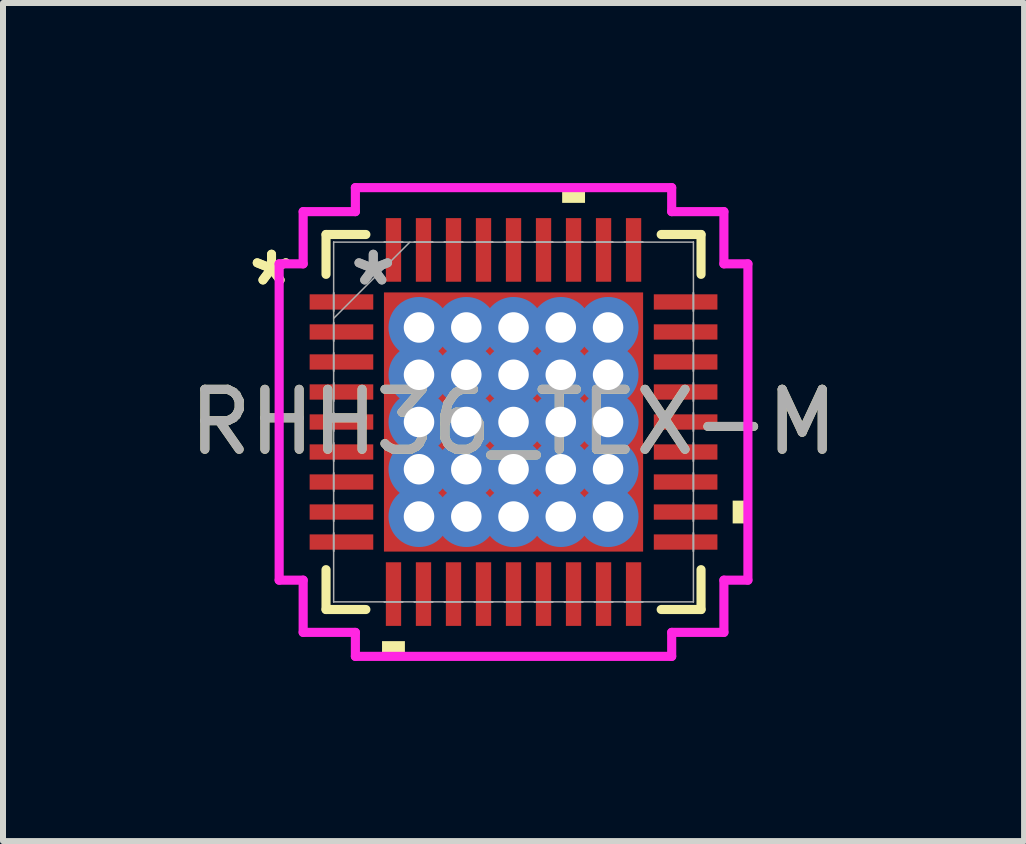
<source format=kicad_pcb>
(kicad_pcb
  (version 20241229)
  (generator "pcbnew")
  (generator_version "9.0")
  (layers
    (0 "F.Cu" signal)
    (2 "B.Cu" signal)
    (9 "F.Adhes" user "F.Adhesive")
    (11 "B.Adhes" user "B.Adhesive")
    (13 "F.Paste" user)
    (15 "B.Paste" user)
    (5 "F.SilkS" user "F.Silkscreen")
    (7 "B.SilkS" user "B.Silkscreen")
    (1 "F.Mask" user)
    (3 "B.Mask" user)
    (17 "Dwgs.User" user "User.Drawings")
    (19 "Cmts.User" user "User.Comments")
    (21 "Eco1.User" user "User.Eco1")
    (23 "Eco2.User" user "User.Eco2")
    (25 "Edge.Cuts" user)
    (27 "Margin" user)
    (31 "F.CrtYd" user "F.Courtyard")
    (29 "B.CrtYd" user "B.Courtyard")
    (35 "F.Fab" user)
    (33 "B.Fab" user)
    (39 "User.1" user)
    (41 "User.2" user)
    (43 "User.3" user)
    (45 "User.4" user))
  (footprint "RHH36_TEX-M"
    (layer "F.Cu")
    (at 5.506 3.981)
    (property "Reference" "RHH36_TEX-M" (at 0 0 0) (unlocked yes) (layer "F.SilkS") (effects (font (size 1 1) (thickness 0.15))))
    (attr smd)
    (fp_poly (pts (xy -2.223 -2.223) (xy -1.775 -2.223) (xy -1.775 2.223) (xy -2.223 2.223)) (stroke (width 0) (type solid)) (fill yes) (layer "F.Mask"))
    (fp_poly (pts (xy -2.223 -2.223) (xy 2.223 -2.223) (xy 2.223 -1.775) (xy -2.223 -1.775)) (stroke (width 0) (type solid)) (fill yes) (layer "F.Mask"))
    (fp_poly (pts (xy -2.223 -1.375) (xy 2.223 -1.375) (xy 2.223 -0.987) (xy -2.223 -0.987)) (stroke (width 0) (type solid)) (fill yes) (layer "F.Mask"))
    (fp_poly (pts (xy -2.223 -0.587) (xy 2.223 -0.587) (xy 2.223 -0.2) (xy -2.223 -0.2)) (stroke (width 0) (type solid)) (fill yes) (layer "F.Mask"))
    (fp_poly (pts (xy -2.223 0.2) (xy 2.223 0.2) (xy 2.223 0.587) (xy -2.223 0.587)) (stroke (width 0) (type solid)) (fill yes) (layer "F.Mask"))
    (fp_poly (pts (xy -2.223 0.987) (xy 2.223 0.987) (xy 2.223 1.375) (xy -2.223 1.375)) (stroke (width 0) (type solid)) (fill yes) (layer "F.Mask"))
    (fp_poly (pts (xy -2.223 1.775) (xy 2.223 1.775) (xy 2.223 2.223) (xy -2.223 2.223)) (stroke (width 0) (type solid)) (fill yes) (layer "F.Mask"))
    (fp_poly (pts (xy -0.987 -2.223) (xy -1.375 -2.223) (xy -1.375 2.223) (xy -0.987 2.223)) (stroke (width 0) (type solid)) (fill yes) (layer "F.Mask"))
    (fp_poly (pts (xy -0.2 -2.223) (xy -0.587 -2.223) (xy -0.587 2.223) (xy -0.2 2.223)) (stroke (width 0) (type solid)) (fill yes) (layer "F.Mask"))
    (fp_poly (pts (xy 0.587 -2.223) (xy 0.2 -2.223) (xy 0.2 2.223) (xy 0.587 2.223)) (stroke (width 0) (type solid)) (fill yes) (layer "F.Mask"))
    (fp_poly (pts (xy 1.375 -2.223) (xy 0.987 -2.223) (xy 0.987 2.223) (xy 1.375 2.223)) (stroke (width 0) (type solid)) (fill yes) (layer "F.Mask"))
    (fp_poly (pts (xy 1.775 -2.223) (xy 2.223 -2.223) (xy 2.223 2.223) (xy 1.775 2.223)) (stroke (width 0) (type solid)) (fill yes) (layer "F.Mask"))
    (fp_line (start -3.124 -3.124) (end -3.124 -2.46) (stroke (width 0.152) (type solid)) (layer "F.SilkS"))
    (fp_line (start -3.124 2.46) (end -3.124 3.124) (stroke (width 0.152) (type solid)) (layer "F.SilkS"))
    (fp_line (start -3.124 3.124) (end -2.46 3.124) (stroke (width 0.152) (type solid)) (layer "F.SilkS"))
    (fp_line (start -2.46 -3.124) (end -3.124 -3.124) (stroke (width 0.152) (type solid)) (layer "F.SilkS"))
    (fp_line (start 2.46 3.124) (end 3.124 3.124) (stroke (width 0.152) (type solid)) (layer "F.SilkS"))
    (fp_line (start 3.124 -3.124) (end 2.46 -3.124) (stroke (width 0.152) (type solid)) (layer "F.SilkS"))
    (fp_line (start 3.124 -2.46) (end 3.124 -3.124) (stroke (width 0.152) (type solid)) (layer "F.SilkS"))
    (fp_line (start 3.124 3.124) (end 3.124 2.46) (stroke (width 0.152) (type solid)) (layer "F.SilkS"))
    (fp_poly (pts (xy -2.191 3.651) (xy -2.191 3.905) (xy -1.81 3.905) (xy -1.81 3.651)) (stroke (width 0) (type solid)) (fill yes) (layer "F.SilkS"))
    (fp_poly (pts (xy 0.81 -3.651) (xy 0.81 -3.905) (xy 1.191 -3.905) (xy 1.191 -3.651)) (stroke (width 0) (type solid)) (fill yes) (layer "F.SilkS"))
    (fp_poly (pts (xy 3.905 1.31) (xy 3.905 1.69) (xy 3.651 1.69) (xy 3.651 1.31)) (stroke (width 0) (type solid)) (fill yes) (layer "F.SilkS"))
    (fp_poly (pts (xy -2.084 -2.084) (xy -2.084 -1.675) (xy -1.816 -1.675) (xy -1.675 -1.816) (xy -1.675 -2.084)) (stroke (width 0) (type solid)) (fill yes) (layer "F.Paste"))
    (fp_poly (pts (xy -2.084 1.675) (xy -2.084 2.084) (xy -1.675 2.084) (xy -1.675 1.816) (xy -1.816 1.675)) (stroke (width 0) (type solid)) (fill yes) (layer "F.Paste"))
    (fp_poly (pts (xy 1.675 -2.084) (xy 1.675 -1.816) (xy 1.816 -1.675) (xy 2.084 -1.675) (xy 2.084 -2.084)) (stroke (width 0) (type solid)) (fill yes) (layer "F.Paste"))
    (fp_poly (pts (xy 1.816 1.675) (xy 1.675 1.816) (xy 1.675 2.084) (xy 2.084 2.084) (xy 2.084 1.675)) (stroke (width 0) (type solid)) (fill yes) (layer "F.Paste"))
    (fp_poly (pts (xy -2.084 -1.475) (xy -2.084 -0.887) (xy -1.816 -0.887) (xy -1.675 -1.029) (xy -1.675 -1.333) (xy -1.816 -1.475)) (stroke (width 0) (type solid)) (fill yes) (layer "F.Paste"))
    (fp_poly (pts (xy -2.084 -0.687) (xy -2.084 -0.1) (xy -1.816 -0.1) (xy -1.675 -0.241) (xy -1.675 -0.546) (xy -1.816 -0.687)) (stroke (width 0) (type solid)) (fill yes) (layer "F.Paste"))
    (fp_poly (pts (xy -2.084 0.1) (xy -2.084 0.687) (xy -1.816 0.687) (xy -1.675 0.546) (xy -1.675 0.241) (xy -1.816 0.1)) (stroke (width 0) (type solid)) (fill yes) (layer "F.Paste"))
    (fp_poly (pts (xy -2.084 0.887) (xy -2.084 1.475) (xy -1.816 1.475) (xy -1.675 1.333) (xy -1.675 1.029) (xy -1.816 0.887)) (stroke (width 0) (type solid)) (fill yes) (layer "F.Paste"))
    (fp_poly (pts (xy -1.475 -2.084) (xy -1.475 -1.816) (xy -1.333 -1.675) (xy -1.029 -1.675) (xy -0.887 -1.816) (xy -0.887 -2.084)) (stroke (width 0) (type solid)) (fill yes) (layer "F.Paste"))
    (fp_poly (pts (xy -1.333 1.675) (xy -1.475 1.816) (xy -1.475 2.084) (xy -0.887 2.084) (xy -0.887 1.816) (xy -1.029 1.675)) (stroke (width 0) (type solid)) (fill yes) (layer "F.Paste"))
    (fp_poly (pts (xy -0.687 -2.084) (xy -0.687 -1.816) (xy -0.546 -1.675) (xy -0.241 -1.675) (xy -0.1 -1.816) (xy -0.1 -2.084)) (stroke (width 0) (type solid)) (fill yes) (layer "F.Paste"))
    (fp_poly (pts (xy -0.546 1.675) (xy -0.687 1.816) (xy -0.687 2.084) (xy -0.1 2.084) (xy -0.1 1.816) (xy -0.241 1.675)) (stroke (width 0) (type solid)) (fill yes) (layer "F.Paste"))
    (fp_poly (pts (xy 0.1 -2.084) (xy 0.1 -1.816) (xy 0.241 -1.675) (xy 0.546 -1.675) (xy 0.687 -1.816) (xy 0.687 -2.084)) (stroke (width 0) (type solid)) (fill yes) (layer "F.Paste"))
    (fp_poly (pts (xy 0.241 1.675) (xy 0.1 1.816) (xy 0.1 2.084) (xy 0.687 2.084) (xy 0.687 1.816) (xy 0.546 1.675)) (stroke (width 0) (type solid)) (fill yes) (layer "F.Paste"))
    (fp_poly (pts (xy 0.887 -2.084) (xy 0.887 -1.816) (xy 1.029 -1.675) (xy 1.333 -1.675) (xy 1.475 -1.816) (xy 1.475 -2.084)) (stroke (width 0) (type solid)) (fill yes) (layer "F.Paste"))
    (fp_poly (pts (xy 1.029 1.675) (xy 0.887 1.816) (xy 0.887 2.084) (xy 1.475 2.084) (xy 1.475 1.816) (xy 1.333 1.675)) (stroke (width 0) (type solid)) (fill yes) (layer "F.Paste"))
    (fp_poly (pts (xy 1.816 -1.475) (xy 1.675 -1.333) (xy 1.675 -1.029) (xy 1.816 -0.887) (xy 2.084 -0.887) (xy 2.084 -1.475)) (stroke (width 0) (type solid)) (fill yes) (layer "F.Paste"))
    (fp_poly (pts (xy 1.816 -0.687) (xy 1.675 -0.546) (xy 1.675 -0.241) (xy 1.816 -0.1) (xy 2.084 -0.1) (xy 2.084 -0.687)) (stroke (width 0) (type solid)) (fill yes) (layer "F.Paste"))
    (fp_poly (pts (xy 1.816 0.1) (xy 1.675 0.241) (xy 1.675 0.546) (xy 1.816 0.687) (xy 2.084 0.687) (xy 2.084 0.1)) (stroke (width 0) (type solid)) (fill yes) (layer "F.Paste"))
    (fp_poly (pts (xy 1.816 0.887) (xy 1.675 1.029) (xy 1.675 1.333) (xy 1.816 1.475) (xy 2.084 1.475) (xy 2.084 0.887)) (stroke (width 0) (type solid)) (fill yes) (layer "F.Paste"))
    (fp_poly (pts (xy -1.333 -1.475) (xy -1.475 -1.333) (xy -1.475 -1.029) (xy -1.333 -0.887) (xy -1.029 -0.887) (xy -0.887 -1.029) (xy -0.887 -1.333) (xy -1.029 -1.475)) (stroke (width 0) (type solid)) (fill yes) (layer "F.Paste"))
    (fp_poly (pts (xy -1.333 -0.687) (xy -1.475 -0.546) (xy -1.475 -0.241) (xy -1.333 -0.1) (xy -1.029 -0.1) (xy -0.887 -0.241) (xy -0.887 -0.546) (xy -1.029 -0.687)) (stroke (width 0) (type solid)) (fill yes) (layer "F.Paste"))
    (fp_poly (pts (xy -1.333 0.1) (xy -1.475 0.241) (xy -1.475 0.546) (xy -1.333 0.687) (xy -1.029 0.687) (xy -0.887 0.546) (xy -0.887 0.241) (xy -1.029 0.1)) (stroke (width 0) (type solid)) (fill yes) (layer "F.Paste"))
    (fp_poly (pts (xy -1.333 0.887) (xy -1.475 1.029) (xy -1.475 1.333) (xy -1.333 1.475) (xy -1.029 1.475) (xy -0.887 1.333) (xy -0.887 1.029) (xy -1.029 0.887)) (stroke (width 0) (type solid)) (fill yes) (layer "F.Paste"))
    (fp_poly (pts (xy -0.546 -1.475) (xy -0.687 -1.333) (xy -0.687 -1.029) (xy -0.546 -0.887) (xy -0.241 -0.887) (xy -0.1 -1.029) (xy -0.1 -1.333) (xy -0.241 -1.475)) (stroke (width 0) (type solid)) (fill yes) (layer "F.Paste"))
    (fp_poly (pts (xy -0.546 -0.687) (xy -0.687 -0.546) (xy -0.687 -0.241) (xy -0.546 -0.1) (xy -0.241 -0.1) (xy -0.1 -0.241) (xy -0.1 -0.546) (xy -0.241 -0.687)) (stroke (width 0) (type solid)) (fill yes) (layer "F.Paste"))
    (fp_poly (pts (xy -0.546 0.1) (xy -0.687 0.241) (xy -0.687 0.546) (xy -0.546 0.687) (xy -0.241 0.687) (xy -0.1 0.546) (xy -0.1 0.241) (xy -0.241 0.1)) (stroke (width 0) (type solid)) (fill yes) (layer "F.Paste"))
    (fp_poly (pts (xy -0.546 0.887) (xy -0.687 1.029) (xy -0.687 1.333) (xy -0.546 1.475) (xy -0.241 1.475) (xy -0.1 1.333) (xy -0.1 1.029) (xy -0.241 0.887)) (stroke (width 0) (type solid)) (fill yes) (layer "F.Paste"))
    (fp_poly (pts (xy 0.241 -1.475) (xy 0.1 -1.333) (xy 0.1 -1.029) (xy 0.241 -0.887) (xy 0.546 -0.887) (xy 0.687 -1.029) (xy 0.687 -1.333) (xy 0.546 -1.475)) (stroke (width 0) (type solid)) (fill yes) (layer "F.Paste"))
    (fp_poly (pts (xy 0.241 -0.687) (xy 0.1 -0.546) (xy 0.1 -0.241) (xy 0.241 -0.1) (xy 0.546 -0.1) (xy 0.687 -0.241) (xy 0.687 -0.546) (xy 0.546 -0.687)) (stroke (width 0) (type solid)) (fill yes) (layer "F.Paste"))
    (fp_poly (pts (xy 0.241 0.1) (xy 0.1 0.241) (xy 0.1 0.546) (xy 0.241 0.687) (xy 0.546 0.687) (xy 0.687 0.546) (xy 0.687 0.241) (xy 0.546 0.1)) (stroke (width 0) (type solid)) (fill yes) (layer "F.Paste"))
    (fp_poly (pts (xy 0.241 0.887) (xy 0.1 1.029) (xy 0.1 1.333) (xy 0.241 1.475) (xy 0.546 1.475) (xy 0.687 1.333) (xy 0.687 1.029) (xy 0.546 0.887)) (stroke (width 0) (type solid)) (fill yes) (layer "F.Paste"))
    (fp_poly (pts (xy 1.029 -1.475) (xy 0.887 -1.333) (xy 0.887 -1.029) (xy 1.029 -0.887) (xy 1.333 -0.887) (xy 1.475 -1.029) (xy 1.475 -1.333) (xy 1.333 -1.475)) (stroke (width 0) (type solid)) (fill yes) (layer "F.Paste"))
    (fp_poly (pts (xy 1.029 -0.687) (xy 0.887 -0.546) (xy 0.887 -0.241) (xy 1.029 -0.1) (xy 1.333 -0.1) (xy 1.475 -0.241) (xy 1.475 -0.546) (xy 1.333 -0.687)) (stroke (width 0) (type solid)) (fill yes) (layer "F.Paste"))
    (fp_poly (pts (xy 1.029 0.1) (xy 0.887 0.241) (xy 0.887 0.546) (xy 1.029 0.687) (xy 1.333 0.687) (xy 1.475 0.546) (xy 1.475 0.241) (xy 1.333 0.1)) (stroke (width 0) (type solid)) (fill yes) (layer "F.Paste"))
    (fp_poly (pts (xy 1.029 0.887) (xy 0.887 1.029) (xy 0.887 1.333) (xy 1.029 1.475) (xy 1.333 1.475) (xy 1.475 1.333) (xy 1.475 1.029) (xy 1.333 0.887)) (stroke (width 0) (type solid)) (fill yes) (layer "F.Paste"))
    (fp_line (start -3.905 -2.635) (end -3.505 -2.635) (stroke (width 0.152) (type solid)) (layer "F.CrtYd"))
    (fp_line (start -3.905 2.635) (end -3.905 -2.635) (stroke (width 0.152) (type solid)) (layer "F.CrtYd"))
    (fp_line (start -3.505 -3.505) (end -2.635 -3.505) (stroke (width 0.152) (type solid)) (layer "F.CrtYd"))
    (fp_line (start -3.505 -2.635) (end -3.505 -3.505) (stroke (width 0.152) (type solid)) (layer "F.CrtYd"))
    (fp_line (start -3.505 2.635) (end -3.905 2.635) (stroke (width 0.152) (type solid)) (layer "F.CrtYd"))
    (fp_line (start -3.505 3.505) (end -3.505 2.635) (stroke (width 0.152) (type solid)) (layer "F.CrtYd"))
    (fp_line (start -2.635 -3.905) (end 2.635 -3.905) (stroke (width 0.152) (type solid)) (layer "F.CrtYd"))
    (fp_line (start -2.635 -3.505) (end -2.635 -3.905) (stroke (width 0.152) (type solid)) (layer "F.CrtYd"))
    (fp_line (start -2.635 3.505) (end -3.505 3.505) (stroke (width 0.152) (type solid)) (layer "F.CrtYd"))
    (fp_line (start -2.635 3.905) (end -2.635 3.505) (stroke (width 0.152) (type solid)) (layer "F.CrtYd"))
    (fp_line (start 2.635 -3.905) (end 2.635 -3.505) (stroke (width 0.152) (type solid)) (layer "F.CrtYd"))
    (fp_line (start 2.635 -3.505) (end 3.505 -3.505) (stroke (width 0.152) (type solid)) (layer "F.CrtYd"))
    (fp_line (start 2.635 3.505) (end 2.635 3.905) (stroke (width 0.152) (type solid)) (layer "F.CrtYd"))
    (fp_line (start 2.635 3.905) (end -2.635 3.905) (stroke (width 0.152) (type solid)) (layer "F.CrtYd"))
    (fp_line (start 3.505 -3.505) (end 3.505 -2.635) (stroke (width 0.152) (type solid)) (layer "F.CrtYd"))
    (fp_line (start 3.505 -2.635) (end 3.905 -2.635) (stroke (width 0.152) (type solid)) (layer "F.CrtYd"))
    (fp_line (start 3.505 2.635) (end 3.505 3.505) (stroke (width 0.152) (type solid)) (layer "F.CrtYd"))
    (fp_line (start 3.505 3.505) (end 2.635 3.505) (stroke (width 0.152) (type solid)) (layer "F.CrtYd"))
    (fp_line (start 3.905 -2.635) (end 3.905 2.635) (stroke (width 0.152) (type solid)) (layer "F.CrtYd"))
    (fp_line (start 3.905 2.635) (end 3.505 2.635) (stroke (width 0.152) (type solid)) (layer "F.CrtYd"))
    (fp_line (start -2.997 -2.997) (end -2.997 -2.997) (stroke (width 0.025) (type solid)) (layer "F.Fab"))
    (fp_line (start -2.997 -2.997) (end -2.997 2.997) (stroke (width 0.025) (type solid)) (layer "F.Fab"))
    (fp_line (start -2.997 -2.152) (end -2.997 -2.152) (stroke (width 0.025) (type solid)) (layer "F.Fab"))
    (fp_line (start -2.997 -2.152) (end -2.997 -1.848) (stroke (width 0.025) (type solid)) (layer "F.Fab"))
    (fp_line (start -2.997 -1.848) (end -2.997 -2.152) (stroke (width 0.025) (type solid)) (layer "F.Fab"))
    (fp_line (start -2.997 -1.848) (end -2.997 -1.848) (stroke (width 0.025) (type solid)) (layer "F.Fab"))
    (fp_line (start -2.997 -1.727) (end -1.727 -2.997) (stroke (width 0.025) (type solid)) (layer "F.Fab"))
    (fp_line (start -2.997 -1.652) (end -2.997 -1.652) (stroke (width 0.025) (type solid)) (layer "F.Fab"))
    (fp_line (start -2.997 -1.652) (end -2.997 -1.348) (stroke (width 0.025) (type solid)) (layer "F.Fab"))
    (fp_line (start -2.997 -1.348) (end -2.997 -1.652) (stroke (width 0.025) (type solid)) (layer "F.Fab"))
    (fp_line (start -2.997 -1.348) (end -2.997 -1.348) (stroke (width 0.025) (type solid)) (layer "F.Fab"))
    (fp_line (start -2.997 -1.152) (end -2.997 -1.152) (stroke (width 0.025) (type solid)) (layer "F.Fab"))
    (fp_line (start -2.997 -1.152) (end -2.997 -0.848) (stroke (width 0.025) (type solid)) (layer "F.Fab"))
    (fp_line (start -2.997 -0.848) (end -2.997 -1.152) (stroke (width 0.025) (type solid)) (layer "F.Fab"))
    (fp_line (start -2.997 -0.848) (end -2.997 -0.848) (stroke (width 0.025) (type solid)) (layer "F.Fab"))
    (fp_line (start -2.997 -0.652) (end -2.997 -0.652) (stroke (width 0.025) (type solid)) (layer "F.Fab"))
    (fp_line (start -2.997 -0.652) (end -2.997 -0.348) (stroke (width 0.025) (type solid)) (layer "F.Fab"))
    (fp_line (start -2.997 -0.348) (end -2.997 -0.652) (stroke (width 0.025) (type solid)) (layer "F.Fab"))
    (fp_line (start -2.997 -0.348) (end -2.997 -0.348) (stroke (width 0.025) (type solid)) (layer "F.Fab"))
    (fp_line (start -2.997 -0.152) (end -2.997 -0.152) (stroke (width 0.025) (type solid)) (layer "F.Fab"))
    (fp_line (start -2.997 -0.152) (end -2.997 0.152) (stroke (width 0.025) (type solid)) (layer "F.Fab"))
    (fp_line (start -2.997 0.152) (end -2.997 -0.152) (stroke (width 0.025) (type solid)) (layer "F.Fab"))
    (fp_line (start -2.997 0.152) (end -2.997 0.152) (stroke (width 0.025) (type solid)) (layer "F.Fab"))
    (fp_line (start -2.997 0.348) (end -2.997 0.348) (stroke (width 0.025) (type solid)) (layer "F.Fab"))
    (fp_line (start -2.997 0.348) (end -2.997 0.652) (stroke (width 0.025) (type solid)) (layer "F.Fab"))
    (fp_line (start -2.997 0.652) (end -2.997 0.348) (stroke (width 0.025) (type solid)) (layer "F.Fab"))
    (fp_line (start -2.997 0.652) (end -2.997 0.652) (stroke (width 0.025) (type solid)) (layer "F.Fab"))
    (fp_line (start -2.997 0.848) (end -2.997 0.848) (stroke (width 0.025) (type solid)) (layer "F.Fab"))
    (fp_line (start -2.997 0.848) (end -2.997 1.152) (stroke (width 0.025) (type solid)) (layer "F.Fab"))
    (fp_line (start -2.997 1.152) (end -2.997 0.848) (stroke (width 0.025) (type solid)) (layer "F.Fab"))
    (fp_line (start -2.997 1.152) (end -2.997 1.152) (stroke (width 0.025) (type solid)) (layer "F.Fab"))
    (fp_line (start -2.997 1.348) (end -2.997 1.348) (stroke (width 0.025) (type solid)) (layer "F.Fab"))
    (fp_line (start -2.997 1.348) (end -2.997 1.652) (stroke (width 0.025) (type solid)) (layer "F.Fab"))
    (fp_line (start -2.997 1.652) (end -2.997 1.348) (stroke (width 0.025) (type solid)) (layer "F.Fab"))
    (fp_line (start -2.997 1.652) (end -2.997 1.652) (stroke (width 0.025) (type solid)) (layer "F.Fab"))
    (fp_line (start -2.997 1.848) (end -2.997 1.848) (stroke (width 0.025) (type solid)) (layer "F.Fab"))
    (fp_line (start -2.997 1.848) (end -2.997 2.152) (stroke (width 0.025) (type solid)) (layer "F.Fab"))
    (fp_line (start -2.997 2.152) (end -2.997 1.848) (stroke (width 0.025) (type solid)) (layer "F.Fab"))
    (fp_line (start -2.997 2.152) (end -2.997 2.152) (stroke (width 0.025) (type solid)) (layer "F.Fab"))
    (fp_line (start -2.997 2.997) (end -2.997 2.997) (stroke (width 0.025) (type solid)) (layer "F.Fab"))
    (fp_line (start -2.997 2.997) (end 2.997 2.997) (stroke (width 0.025) (type solid)) (layer "F.Fab"))
    (fp_line (start -2.152 -2.997) (end -2.152 -2.997) (stroke (width 0.025) (type solid)) (layer "F.Fab"))
    (fp_line (start -2.152 -2.997) (end -1.848 -2.997) (stroke (width 0.025) (type solid)) (layer "F.Fab"))
    (fp_line (start -2.152 2.997) (end -2.152 2.997) (stroke (width 0.025) (type solid)) (layer "F.Fab"))
    (fp_line (start -2.152 2.997) (end -1.848 2.997) (stroke (width 0.025) (type solid)) (layer "F.Fab"))
    (fp_line (start -1.848 -2.997) (end -2.152 -2.997) (stroke (width 0.025) (type solid)) (layer "F.Fab"))
    (fp_line (start -1.848 -2.997) (end -1.848 -2.997) (stroke (width 0.025) (type solid)) (layer "F.Fab"))
    (fp_line (start -1.848 2.997) (end -2.152 2.997) (stroke (width 0.025) (type solid)) (layer "F.Fab"))
    (fp_line (start -1.848 2.997) (end -1.848 2.997) (stroke (width 0.025) (type solid)) (layer "F.Fab"))
    (fp_line (start -1.652 -2.997) (end -1.652 -2.997) (stroke (width 0.025) (type solid)) (layer "F.Fab"))
    (fp_line (start -1.652 -2.997) (end -1.348 -2.997) (stroke (width 0.025) (type solid)) (layer "F.Fab"))
    (fp_line (start -1.652 2.997) (end -1.652 2.997) (stroke (width 0.025) (type solid)) (layer "F.Fab"))
    (fp_line (start -1.652 2.997) (end -1.348 2.997) (stroke (width 0.025) (type solid)) (layer "F.Fab"))
    (fp_line (start -1.348 -2.997) (end -1.652 -2.997) (stroke (width 0.025) (type solid)) (layer "F.Fab"))
    (fp_line (start -1.348 -2.997) (end -1.348 -2.997) (stroke (width 0.025) (type solid)) (layer "F.Fab"))
    (fp_line (start -1.348 2.997) (end -1.652 2.997) (stroke (width 0.025) (type solid)) (layer "F.Fab"))
    (fp_line (start -1.348 2.997) (end -1.348 2.997) (stroke (width 0.025) (type solid)) (layer "F.Fab"))
    (fp_line (start -1.152 -2.997) (end -1.152 -2.997) (stroke (width 0.025) (type solid)) (layer "F.Fab"))
    (fp_line (start -1.152 -2.997) (end -0.848 -2.997) (stroke (width 0.025) (type solid)) (layer "F.Fab"))
    (fp_line (start -1.152 2.997) (end -1.152 2.997) (stroke (width 0.025) (type solid)) (layer "F.Fab"))
    (fp_line (start -1.152 2.997) (end -0.848 2.997) (stroke (width 0.025) (type solid)) (layer "F.Fab"))
    (fp_line (start -0.848 -2.997) (end -1.152 -2.997) (stroke (width 0.025) (type solid)) (layer "F.Fab"))
    (fp_line (start -0.848 -2.997) (end -0.848 -2.997) (stroke (width 0.025) (type solid)) (layer "F.Fab"))
    (fp_line (start -0.848 2.997) (end -1.152 2.997) (stroke (width 0.025) (type solid)) (layer "F.Fab"))
    (fp_line (start -0.848 2.997) (end -0.848 2.997) (stroke (width 0.025) (type solid)) (layer "F.Fab"))
    (fp_line (start -0.652 -2.997) (end -0.652 -2.997) (stroke (width 0.025) (type solid)) (layer "F.Fab"))
    (fp_line (start -0.652 -2.997) (end -0.348 -2.997) (stroke (width 0.025) (type solid)) (layer "F.Fab"))
    (fp_line (start -0.652 2.997) (end -0.652 2.997) (stroke (width 0.025) (type solid)) (layer "F.Fab"))
    (fp_line (start -0.652 2.997) (end -0.348 2.997) (stroke (width 0.025) (type solid)) (layer "F.Fab"))
    (fp_line (start -0.348 -2.997) (end -0.652 -2.997) (stroke (width 0.025) (type solid)) (layer "F.Fab"))
    (fp_line (start -0.348 -2.997) (end -0.348 -2.997) (stroke (width 0.025) (type solid)) (layer "F.Fab"))
    (fp_line (start -0.348 2.997) (end -0.652 2.997) (stroke (width 0.025) (type solid)) (layer "F.Fab"))
    (fp_line (start -0.348 2.997) (end -0.348 2.997) (stroke (width 0.025) (type solid)) (layer "F.Fab"))
    (fp_line (start -0.152 -2.997) (end -0.152 -2.997) (stroke (width 0.025) (type solid)) (layer "F.Fab"))
    (fp_line (start -0.152 -2.997) (end 0.152 -2.997) (stroke (width 0.025) (type solid)) (layer "F.Fab"))
    (fp_line (start -0.152 2.997) (end -0.152 2.997) (stroke (width 0.025) (type solid)) (layer "F.Fab"))
    (fp_line (start -0.152 2.997) (end 0.152 2.997) (stroke (width 0.025) (type solid)) (layer "F.Fab"))
    (fp_line (start 0.152 -2.997) (end -0.152 -2.997) (stroke (width 0.025) (type solid)) (layer "F.Fab"))
    (fp_line (start 0.152 -2.997) (end 0.152 -2.997) (stroke (width 0.025) (type solid)) (layer "F.Fab"))
    (fp_line (start 0.152 2.997) (end -0.152 2.997) (stroke (width 0.025) (type solid)) (layer "F.Fab"))
    (fp_line (start 0.152 2.997) (end 0.152 2.997) (stroke (width 0.025) (type solid)) (layer "F.Fab"))
    (fp_line (start 0.348 -2.997) (end 0.348 -2.997) (stroke (width 0.025) (type solid)) (layer "F.Fab"))
    (fp_line (start 0.348 -2.997) (end 0.652 -2.997) (stroke (width 0.025) (type solid)) (layer "F.Fab"))
    (fp_line (start 0.348 2.997) (end 0.348 2.997) (stroke (width 0.025) (type solid)) (layer "F.Fab"))
    (fp_line (start 0.348 2.997) (end 0.652 2.997) (stroke (width 0.025) (type solid)) (layer "F.Fab"))
    (fp_line (start 0.652 -2.997) (end 0.348 -2.997) (stroke (width 0.025) (type solid)) (layer "F.Fab"))
    (fp_line (start 0.652 -2.997) (end 0.652 -2.997) (stroke (width 0.025) (type solid)) (layer "F.Fab"))
    (fp_line (start 0.652 2.997) (end 0.348 2.997) (stroke (width 0.025) (type solid)) (layer "F.Fab"))
    (fp_line (start 0.652 2.997) (end 0.652 2.997) (stroke (width 0.025) (type solid)) (layer "F.Fab"))
    (fp_line (start 0.848 -2.997) (end 0.848 -2.997) (stroke (width 0.025) (type solid)) (layer "F.Fab"))
    (fp_line (start 0.848 -2.997) (end 1.152 -2.997) (stroke (width 0.025) (type solid)) (layer "F.Fab"))
    (fp_line (start 0.848 2.997) (end 0.848 2.997) (stroke (width 0.025) (type solid)) (layer "F.Fab"))
    (fp_line (start 0.848 2.997) (end 1.152 2.997) (stroke (width 0.025) (type solid)) (layer "F.Fab"))
    (fp_line (start 1.152 -2.997) (end 0.848 -2.997) (stroke (width 0.025) (type solid)) (layer "F.Fab"))
    (fp_line (start 1.152 -2.997) (end 1.152 -2.997) (stroke (width 0.025) (type solid)) (layer "F.Fab"))
    (fp_line (start 1.152 2.997) (end 0.848 2.997) (stroke (width 0.025) (type solid)) (layer "F.Fab"))
    (fp_line (start 1.152 2.997) (end 1.152 2.997) (stroke (width 0.025) (type solid)) (layer "F.Fab"))
    (fp_line (start 1.348 -2.997) (end 1.348 -2.997) (stroke (width 0.025) (type solid)) (layer "F.Fab"))
    (fp_line (start 1.348 -2.997) (end 1.652 -2.997) (stroke (width 0.025) (type solid)) (layer "F.Fab"))
    (fp_line (start 1.348 2.997) (end 1.348 2.997) (stroke (width 0.025) (type solid)) (layer "F.Fab"))
    (fp_line (start 1.348 2.997) (end 1.652 2.997) (stroke (width 0.025) (type solid)) (layer "F.Fab"))
    (fp_line (start 1.652 -2.997) (end 1.348 -2.997) (stroke (width 0.025) (type solid)) (layer "F.Fab"))
    (fp_line (start 1.652 -2.997) (end 1.652 -2.997) (stroke (width 0.025) (type solid)) (layer "F.Fab"))
    (fp_line (start 1.652 2.997) (end 1.348 2.997) (stroke (width 0.025) (type solid)) (layer "F.Fab"))
    (fp_line (start 1.652 2.997) (end 1.652 2.997) (stroke (width 0.025) (type solid)) (layer "F.Fab"))
    (fp_line (start 1.848 -2.997) (end 1.848 -2.997) (stroke (width 0.025) (type solid)) (layer "F.Fab"))
    (fp_line (start 1.848 -2.997) (end 2.152 -2.997) (stroke (width 0.025) (type solid)) (layer "F.Fab"))
    (fp_line (start 1.848 2.997) (end 1.848 2.997) (stroke (width 0.025) (type solid)) (layer "F.Fab"))
    (fp_line (start 1.848 2.997) (end 2.152 2.997) (stroke (width 0.025) (type solid)) (layer "F.Fab"))
    (fp_line (start 2.152 -2.997) (end 1.848 -2.997) (stroke (width 0.025) (type solid)) (layer "F.Fab"))
    (fp_line (start 2.152 -2.997) (end 2.152 -2.997) (stroke (width 0.025) (type solid)) (layer "F.Fab"))
    (fp_line (start 2.152 2.997) (end 1.848 2.997) (stroke (width 0.025) (type solid)) (layer "F.Fab"))
    (fp_line (start 2.152 2.997) (end 2.152 2.997) (stroke (width 0.025) (type solid)) (layer "F.Fab"))
    (fp_line (start 2.997 -2.997) (end -2.997 -2.997) (stroke (width 0.025) (type solid)) (layer "F.Fab"))
    (fp_line (start 2.997 -2.997) (end 2.997 -2.997) (stroke (width 0.025) (type solid)) (layer "F.Fab"))
    (fp_line (start 2.997 -2.152) (end 2.997 -2.152) (stroke (width 0.025) (type solid)) (layer "F.Fab"))
    (fp_line (start 2.997 -2.152) (end 2.997 -1.848) (stroke (width 0.025) (type solid)) (layer "F.Fab"))
    (fp_line (start 2.997 -1.848) (end 2.997 -2.152) (stroke (width 0.025) (type solid)) (layer "F.Fab"))
    (fp_line (start 2.997 -1.848) (end 2.997 -1.848) (stroke (width 0.025) (type solid)) (layer "F.Fab"))
    (fp_line (start 2.997 -1.652) (end 2.997 -1.652) (stroke (width 0.025) (type solid)) (layer "F.Fab"))
    (fp_line (start 2.997 -1.652) (end 2.997 -1.348) (stroke (width 0.025) (type solid)) (layer "F.Fab"))
    (fp_line (start 2.997 -1.348) (end 2.997 -1.652) (stroke (width 0.025) (type solid)) (layer "F.Fab"))
    (fp_line (start 2.997 -1.348) (end 2.997 -1.348) (stroke (width 0.025) (type solid)) (layer "F.Fab"))
    (fp_line (start 2.997 -1.152) (end 2.997 -1.152) (stroke (width 0.025) (type solid)) (layer "F.Fab"))
    (fp_line (start 2.997 -1.152) (end 2.997 -0.848) (stroke (width 0.025) (type solid)) (layer "F.Fab"))
    (fp_line (start 2.997 -0.848) (end 2.997 -1.152) (stroke (width 0.025) (type solid)) (layer "F.Fab"))
    (fp_line (start 2.997 -0.848) (end 2.997 -0.848) (stroke (width 0.025) (type solid)) (layer "F.Fab"))
    (fp_line (start 2.997 -0.652) (end 2.997 -0.652) (stroke (width 0.025) (type solid)) (layer "F.Fab"))
    (fp_line (start 2.997 -0.652) (end 2.997 -0.348) (stroke (width 0.025) (type solid)) (layer "F.Fab"))
    (fp_line (start 2.997 -0.348) (end 2.997 -0.652) (stroke (width 0.025) (type solid)) (layer "F.Fab"))
    (fp_line (start 2.997 -0.348) (end 2.997 -0.348) (stroke (width 0.025) (type solid)) (layer "F.Fab"))
    (fp_line (start 2.997 -0.152) (end 2.997 -0.152) (stroke (width 0.025) (type solid)) (layer "F.Fab"))
    (fp_line (start 2.997 -0.152) (end 2.997 0.152) (stroke (width 0.025) (type solid)) (layer "F.Fab"))
    (fp_line (start 2.997 0.152) (end 2.997 -0.152) (stroke (width 0.025) (type solid)) (layer "F.Fab"))
    (fp_line (start 2.997 0.152) (end 2.997 0.152) (stroke (width 0.025) (type solid)) (layer "F.Fab"))
    (fp_line (start 2.997 0.348) (end 2.997 0.348) (stroke (width 0.025) (type solid)) (layer "F.Fab"))
    (fp_line (start 2.997 0.348) (end 2.997 0.652) (stroke (width 0.025) (type solid)) (layer "F.Fab"))
    (fp_line (start 2.997 0.652) (end 2.997 0.348) (stroke (width 0.025) (type solid)) (layer "F.Fab"))
    (fp_line (start 2.997 0.652) (end 2.997 0.652) (stroke (width 0.025) (type solid)) (layer "F.Fab"))
    (fp_line (start 2.997 0.848) (end 2.997 0.848) (stroke (width 0.025) (type solid)) (layer "F.Fab"))
    (fp_line (start 2.997 0.848) (end 2.997 1.152) (stroke (width 0.025) (type solid)) (layer "F.Fab"))
    (fp_line (start 2.997 1.152) (end 2.997 0.848) (stroke (width 0.025) (type solid)) (layer "F.Fab"))
    (fp_line (start 2.997 1.152) (end 2.997 1.152) (stroke (width 0.025) (type solid)) (layer "F.Fab"))
    (fp_line (start 2.997 1.348) (end 2.997 1.348) (stroke (width 0.025) (type solid)) (layer "F.Fab"))
    (fp_line (start 2.997 1.348) (end 2.997 1.652) (stroke (width 0.025) (type solid)) (layer "F.Fab"))
    (fp_line (start 2.997 1.652) (end 2.997 1.348) (stroke (width 0.025) (type solid)) (layer "F.Fab"))
    (fp_line (start 2.997 1.652) (end 2.997 1.652) (stroke (width 0.025) (type solid)) (layer "F.Fab"))
    (fp_line (start 2.997 1.848) (end 2.997 1.848) (stroke (width 0.025) (type solid)) (layer "F.Fab"))
    (fp_line (start 2.997 1.848) (end 2.997 2.152) (stroke (width 0.025) (type solid)) (layer "F.Fab"))
    (fp_line (start 2.997 2.152) (end 2.997 1.848) (stroke (width 0.025) (type solid)) (layer "F.Fab"))
    (fp_line (start 2.997 2.152) (end 2.997 2.152) (stroke (width 0.025) (type solid)) (layer "F.Fab"))
    (fp_line (start 2.997 2.997) (end 2.997 -2.997) (stroke (width 0.025) (type solid)) (layer "F.Fab"))
    (fp_line (start 2.997 2.997) (end 2.997 2.997) (stroke (width 0.025) (type solid)) (layer "F.Fab"))
    (fp_text user "*" (at -4.032 -2.25 0) (unlocked yes) (layer "F.SilkS") (effects (font (size 1 1) (thickness 0.15))))
    (fp_text user "*" (at -4.032 -2.25 0) (layer "F.SilkS") (effects (font (size 1 1) (thickness 0.15))))
    (fp_text user "${REFERENCE}" (at 0 0 0) (unlocked yes) (layer "F.Fab") (effects (font (size 1 1) (thickness 0.15))))
    (fp_text user "*" (at -2.337 -2.25 0) (unlocked yes) (layer "F.Fab") (effects (font (size 1 1) (thickness 0.15))))
    (fp_text user "*" (at -2.337 -2.25 0) (layer "F.Fab") (effects (font (size 1 1) (thickness 0.15))))
    (pad "1" smd rect (at -2.867 -2 90) (size 0.255 1.06) (layers "F.Cu" "F.Mask" "F.Paste"))
    (pad "2" smd rect (at -2.867 -1.5 90) (size 0.255 1.06) (layers "F.Cu" "F.Mask" "F.Paste"))
    (pad "3" smd rect (at -2.867 -1 90) (size 0.255 1.06) (layers "F.Cu" "F.Mask" "F.Paste"))
    (pad "4" smd rect (at -2.867 -0.5 90) (size 0.255 1.06) (layers "F.Cu" "F.Mask" "F.Paste"))
    (pad "5" smd rect (at -2.867 0 90) (size 0.255 1.06) (layers "F.Cu" "F.Mask" "F.Paste"))
    (pad "6" smd rect (at -2.867 0.5 90) (size 0.255 1.06) (layers "F.Cu" "F.Mask" "F.Paste"))
    (pad "7" smd rect (at -2.867 1 90) (size 0.255 1.06) (layers "F.Cu" "F.Mask" "F.Paste"))
    (pad "8" smd rect (at -2.867 1.5 90) (size 0.255 1.06) (layers "F.Cu" "F.Mask" "F.Paste"))
    (pad "9" smd rect (at -2.867 2 90) (size 0.255 1.06) (layers "F.Cu" "F.Mask" "F.Paste"))
    (pad "10" smd rect (at -2 2.867) (size 0.255 1.06) (layers "F.Cu" "F.Mask" "F.Paste"))
    (pad "11" smd rect (at -1.5 2.867) (size 0.255 1.06) (layers "F.Cu" "F.Mask" "F.Paste"))
    (pad "12" smd rect (at -1 2.867) (size 0.255 1.06) (layers "F.Cu" "F.Mask" "F.Paste"))
    (pad "13" smd rect (at -0.5 2.867) (size 0.255 1.06) (layers "F.Cu" "F.Mask" "F.Paste"))
    (pad "14" smd rect (at 0 2.867) (size 0.255 1.06) (layers "F.Cu" "F.Mask" "F.Paste"))
    (pad "15" smd rect (at 0.5 2.867) (size 0.255 1.06) (layers "F.Cu" "F.Mask" "F.Paste"))
    (pad "16" smd rect (at 1 2.867) (size 0.255 1.06) (layers "F.Cu" "F.Mask" "F.Paste"))
    (pad "17" smd rect (at 1.5 2.867) (size 0.255 1.06) (layers "F.Cu" "F.Mask" "F.Paste"))
    (pad "18" smd rect (at 2 2.867) (size 0.255 1.06) (layers "F.Cu" "F.Mask" "F.Paste"))
    (pad "19" smd rect (at 2.867 2 90) (size 0.255 1.06) (layers "F.Cu" "F.Mask" "F.Paste"))
    (pad "20" smd rect (at 2.867 1.5 90) (size 0.255 1.06) (layers "F.Cu" "F.Mask" "F.Paste"))
    (pad "21" smd rect (at 2.867 1 90) (size 0.255 1.06) (layers "F.Cu" "F.Mask" "F.Paste"))
    (pad "22" smd rect (at 2.867 0.5 90) (size 0.255 1.06) (layers "F.Cu" "F.Mask" "F.Paste"))
    (pad "23" smd rect (at 2.867 0 90) (size 0.255 1.06) (layers "F.Cu" "F.Mask" "F.Paste"))
    (pad "24" smd rect (at 2.867 -0.5 90) (size 0.255 1.06) (layers "F.Cu" "F.Mask" "F.Paste"))
    (pad "25" smd rect (at 2.867 -1 90) (size 0.255 1.06) (layers "F.Cu" "F.Mask" "F.Paste"))
    (pad "26" smd rect (at 2.867 -1.5 90) (size 0.255 1.06) (layers "F.Cu" "F.Mask" "F.Paste"))
    (pad "27" smd rect (at 2.867 -2 90) (size 0.255 1.06) (layers "F.Cu" "F.Mask" "F.Paste"))
    (pad "28" smd rect (at 2 -2.867) (size 0.255 1.06) (layers "F.Cu" "F.Mask" "F.Paste"))
    (pad "29" smd rect (at 1.5 -2.867) (size 0.255 1.06) (layers "F.Cu" "F.Mask" "F.Paste"))
    (pad "30" smd rect (at 1 -2.867) (size 0.255 1.06) (layers "F.Cu" "F.Mask" "F.Paste"))
    (pad "31" smd rect (at 0.5 -2.867) (size 0.255 1.06) (layers "F.Cu" "F.Mask" "F.Paste"))
    (pad "32" smd rect (at 0 -2.867) (size 0.255 1.06) (layers "F.Cu" "F.Mask" "F.Paste"))
    (pad "33" smd rect (at -0.5 -2.867) (size 0.255 1.06) (layers "F.Cu" "F.Mask" "F.Paste"))
    (pad "34" smd rect (at -1 -2.867) (size 0.255 1.06) (layers "F.Cu" "F.Mask" "F.Paste"))
    (pad "35" smd rect (at -1.5 -2.867) (size 0.255 1.06) (layers "F.Cu" "F.Mask" "F.Paste"))
    (pad "36" smd rect (at -2 -2.867) (size 0.255 1.06) (layers "F.Cu" "F.Mask" "F.Paste"))
    (pad "37" smd rect (at 0 0) (size 4.318 4.318) (layers "F.Cu"))
    (pad "V" thru_hole circle (at -1.575 -1.575) (size 1.016 1.016) (drill 0.508) (layers "*.Cu" "*.Mask"))
    (pad "V" thru_hole circle (at -1.575 -0.787) (size 1.016 1.016) (drill 0.508) (layers "*.Cu" "*.Mask"))
    (pad "V" thru_hole circle (at -1.575 0) (size 1.016 1.016) (drill 0.508) (layers "*.Cu" "*.Mask"))
    (pad "V" thru_hole circle (at -1.575 0.787) (size 1.016 1.016) (drill 0.508) (layers "*.Cu" "*.Mask"))
    (pad "V" thru_hole circle (at -1.575 1.575) (size 1.016 1.016) (drill 0.508) (layers "*.Cu" "*.Mask"))
    (pad "V" thru_hole circle (at -0.787 -1.575) (size 1.016 1.016) (drill 0.508) (layers "*.Cu" "*.Mask"))
    (pad "V" thru_hole circle (at -0.787 -0.787) (size 1.016 1.016) (drill 0.508) (layers "*.Cu" "*.Mask"))
    (pad "V" thru_hole circle (at -0.787 0) (size 1.016 1.016) (drill 0.508) (layers "*.Cu" "*.Mask"))
    (pad "V" thru_hole circle (at -0.787 0.787) (size 1.016 1.016) (drill 0.508) (layers "*.Cu" "*.Mask"))
    (pad "V" thru_hole circle (at -0.787 1.575) (size 1.016 1.016) (drill 0.508) (layers "*.Cu" "*.Mask"))
    (pad "V" thru_hole circle (at 0 -1.575) (size 1.016 1.016) (drill 0.508) (layers "*.Cu" "*.Mask"))
    (pad "V" thru_hole circle (at 0 -0.787) (size 1.016 1.016) (drill 0.508) (layers "*.Cu" "*.Mask"))
    (pad "V" thru_hole circle (at 0 0) (size 1.016 1.016) (drill 0.508) (layers "*.Cu" "*.Mask"))
    (pad "V" thru_hole circle (at 0 0.787) (size 1.016 1.016) (drill 0.508) (layers "*.Cu" "*.Mask"))
    (pad "V" thru_hole circle (at 0 1.575) (size 1.016 1.016) (drill 0.508) (layers "*.Cu" "*.Mask"))
    (pad "V" thru_hole circle (at 0.787 -1.575) (size 1.016 1.016) (drill 0.508) (layers "*.Cu" "*.Mask"))
    (pad "V" thru_hole circle (at 0.787 -0.787) (size 1.016 1.016) (drill 0.508) (layers "*.Cu" "*.Mask"))
    (pad "V" thru_hole circle (at 0.787 0) (size 1.016 1.016) (drill 0.508) (layers "*.Cu" "*.Mask"))
    (pad "V" thru_hole circle (at 0.787 0.787) (size 1.016 1.016) (drill 0.508) (layers "*.Cu" "*.Mask"))
    (pad "V" thru_hole circle (at 0.787 1.575) (size 1.016 1.016) (drill 0.508) (layers "*.Cu" "*.Mask"))
    (pad "V" thru_hole circle (at 1.575 -1.575) (size 1.016 1.016) (drill 0.508) (layers "*.Cu" "*.Mask"))
    (pad "V" thru_hole circle (at 1.575 -0.787) (size 1.016 1.016) (drill 0.508) (layers "*.Cu" "*.Mask"))
    (pad "V" thru_hole circle (at 1.575 0) (size 1.016 1.016) (drill 0.508) (layers "*.Cu" "*.Mask"))
    (pad "V" thru_hole circle (at 1.575 0.787) (size 1.016 1.016) (drill 0.508) (layers "*.Cu" "*.Mask"))
    (pad "V" thru_hole circle (at 1.575 1.575) (size 1.016 1.016) (drill 0.508) (layers "*.Cu" "*.Mask")))
  (gr_rect
    (start -3 -3)
    (end 14.012 10.963)
    (stroke (width 0.1) (type default))
    (fill no)
    (layer "Edge.Cuts")))
</source>
